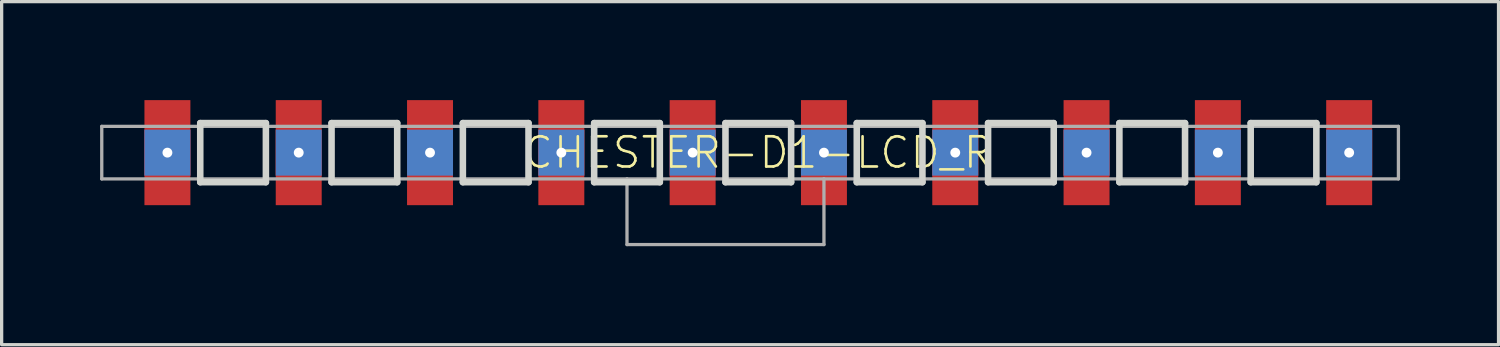
<source format=kicad_pcb>
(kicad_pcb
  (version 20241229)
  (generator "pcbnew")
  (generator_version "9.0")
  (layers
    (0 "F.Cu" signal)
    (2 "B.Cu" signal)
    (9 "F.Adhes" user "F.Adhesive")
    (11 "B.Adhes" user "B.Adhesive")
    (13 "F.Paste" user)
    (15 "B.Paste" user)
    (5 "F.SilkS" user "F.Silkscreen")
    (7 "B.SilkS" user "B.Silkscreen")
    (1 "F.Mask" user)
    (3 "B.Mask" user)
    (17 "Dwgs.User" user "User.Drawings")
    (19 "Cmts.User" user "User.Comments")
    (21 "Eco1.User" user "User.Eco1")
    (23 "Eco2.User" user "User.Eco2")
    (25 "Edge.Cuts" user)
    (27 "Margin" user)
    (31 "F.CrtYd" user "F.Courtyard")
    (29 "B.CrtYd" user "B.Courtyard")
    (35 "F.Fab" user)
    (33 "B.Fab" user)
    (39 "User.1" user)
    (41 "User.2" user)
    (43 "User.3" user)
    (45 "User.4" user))
  (footprint "CHESTER-D1-LCD_R"
    (layer "F.Cu")
    (at 20.05 1.6)
    (property "Reference" "CHESTER-D1-LCD_R" (at 0 0 0) (unlocked yes) (layer "F.SilkS") (effects (font (size 0.92 0.92) (thickness 0.08))))
    (fp_line (start -17 -0.9) (end -17 0.9) (stroke (width 0.2) (type solid)) (layer "Edge.Cuts"))
    (fp_line (start -17 -0.9) (end -15 -0.9) (stroke (width 0.2) (type solid)) (layer "Edge.Cuts"))
    (fp_line (start -17 0.9) (end -15 0.9) (stroke (width 0.2) (type solid)) (layer "Edge.Cuts"))
    (fp_line (start -15 0.9) (end -15 -0.9) (stroke (width 0.2) (type solid)) (layer "Edge.Cuts"))
    (fp_line (start -13 -0.9) (end -13 0.9) (stroke (width 0.2) (type solid)) (layer "Edge.Cuts"))
    (fp_line (start -13 -0.9) (end -11 -0.9) (stroke (width 0.2) (type solid)) (layer "Edge.Cuts"))
    (fp_line (start -13 0.9) (end -11 0.9) (stroke (width 0.2) (type solid)) (layer "Edge.Cuts"))
    (fp_line (start -11 0.9) (end -11 -0.9) (stroke (width 0.2) (type solid)) (layer "Edge.Cuts"))
    (fp_line (start -9 -0.9) (end -9 0.9) (stroke (width 0.2) (type solid)) (layer "Edge.Cuts"))
    (fp_line (start -9 -0.9) (end -7 -0.9) (stroke (width 0.2) (type solid)) (layer "Edge.Cuts"))
    (fp_line (start -9 0.9) (end -7 0.9) (stroke (width 0.2) (type solid)) (layer "Edge.Cuts"))
    (fp_line (start -7 0.9) (end -7 -0.9) (stroke (width 0.2) (type solid)) (layer "Edge.Cuts"))
    (fp_line (start -5 -0.9) (end -5 0.9) (stroke (width 0.2) (type solid)) (layer "Edge.Cuts"))
    (fp_line (start -5 -0.9) (end -3 -0.9) (stroke (width 0.2) (type solid)) (layer "Edge.Cuts"))
    (fp_line (start -5 0.9) (end -3 0.9) (stroke (width 0.2) (type solid)) (layer "Edge.Cuts"))
    (fp_line (start -3 0.9) (end -3 -0.9) (stroke (width 0.2) (type solid)) (layer "Edge.Cuts"))
    (fp_line (start -1 -0.9) (end -1 0.9) (stroke (width 0.2) (type solid)) (layer "Edge.Cuts"))
    (fp_line (start -1 -0.9) (end 1 -0.9) (stroke (width 0.2) (type solid)) (layer "Edge.Cuts"))
    (fp_line (start -1 0.9) (end 1 0.9) (stroke (width 0.2) (type solid)) (layer "Edge.Cuts"))
    (fp_line (start 1 0.9) (end 1 -0.9) (stroke (width 0.2) (type solid)) (layer "Edge.Cuts"))
    (fp_line (start 3 -0.9) (end 3 0.9) (stroke (width 0.2) (type solid)) (layer "Edge.Cuts"))
    (fp_line (start 3 -0.9) (end 5 -0.9) (stroke (width 0.2) (type solid)) (layer "Edge.Cuts"))
    (fp_line (start 3 0.9) (end 5 0.9) (stroke (width 0.2) (type solid)) (layer "Edge.Cuts"))
    (fp_line (start 5 0.9) (end 5 -0.9) (stroke (width 0.2) (type solid)) (layer "Edge.Cuts"))
    (fp_line (start 7 -0.9) (end 7 0.9) (stroke (width 0.2) (type solid)) (layer "Edge.Cuts"))
    (fp_line (start 7 -0.9) (end 9 -0.9) (stroke (width 0.2) (type solid)) (layer "Edge.Cuts"))
    (fp_line (start 7 0.9) (end 9 0.9) (stroke (width 0.2) (type solid)) (layer "Edge.Cuts"))
    (fp_line (start 9 0.9) (end 9 -0.9) (stroke (width 0.2) (type solid)) (layer "Edge.Cuts"))
    (fp_line (start 11 -0.9) (end 11 0.9) (stroke (width 0.2) (type solid)) (layer "Edge.Cuts"))
    (fp_line (start 11 -0.9) (end 13 -0.9) (stroke (width 0.2) (type solid)) (layer "Edge.Cuts"))
    (fp_line (start 11 0.9) (end 13 0.9) (stroke (width 0.2) (type solid)) (layer "Edge.Cuts"))
    (fp_line (start 13 0.9) (end 13 -0.9) (stroke (width 0.2) (type solid)) (layer "Edge.Cuts"))
    (fp_line (start 15 -0.9) (end 15 0.9) (stroke (width 0.2) (type solid)) (layer "Edge.Cuts"))
    (fp_line (start 15 -0.9) (end 17 -0.9) (stroke (width 0.2) (type solid)) (layer "Edge.Cuts"))
    (fp_line (start 15 0.9) (end 17 0.9) (stroke (width 0.2) (type solid)) (layer "Edge.Cuts"))
    (fp_line (start 17 0.9) (end 17 -0.9) (stroke (width 0.2) (type solid)) (layer "Edge.Cuts"))
    (fp_line (start -20 -0.8) (end -20 0.8) (stroke (width 0.1) (type solid)) (layer "F.Fab"))
    (fp_line (start -20 0.8) (end -4 0.8) (stroke (width 0.1) (type solid)) (layer "F.Fab"))
    (fp_line (start -4 0.8) (end -4 2.8) (stroke (width 0.1) (type solid)) (layer "F.Fab"))
    (fp_line (start -4 0.8) (end 2 0.8) (stroke (width 0.1) (type solid)) (layer "F.Fab"))
    (fp_line (start -4 2.8) (end 2 2.8) (stroke (width 0.1) (type solid)) (layer "F.Fab"))
    (fp_line (start 2 0.8) (end 19.5 0.8) (stroke (width 0.1) (type solid)) (layer "F.Fab"))
    (fp_line (start 2 2.8) (end 2 0.8) (stroke (width 0.1) (type solid)) (layer "F.Fab"))
    (fp_line (start 19.5 -0.8) (end -20 -0.8) (stroke (width 0.1) (type solid)) (layer "F.Fab"))
    (fp_line (start 19.5 0.8) (end 19.5 -0.8) (stroke (width 0.1) (type solid)) (layer "F.Fab"))
    (pad "1A" thru_hole rect (at -18 0 90) (size 1.4 1.4) (drill 0.3) (layers "*.Cu"))
    (pad "1B" smd rect (at -18 0 90) (size 3.2 1.4) (layers "F.Cu" "F.Mask"))
    (pad "2A" thru_hole rect (at -14 0 90) (size 1.4 1.4) (drill 0.3) (layers "*.Cu"))
    (pad "2B" smd rect (at -14 0 90) (size 3.2 1.4) (layers "F.Cu" "F.Mask"))
    (pad "3A" thru_hole rect (at -10 0 90) (size 1.4 1.4) (drill 0.3) (layers "*.Cu"))
    (pad "3B" smd rect (at -10 0 90) (size 3.2 1.4) (layers "F.Cu" "F.Mask"))
    (pad "4A" thru_hole rect (at -6 0 90) (size 1.4 1.4) (drill 0.3) (layers "*.Cu"))
    (pad "4B" smd rect (at -6 0 90) (size 3.2 1.4) (layers "F.Cu" "F.Mask"))
    (pad "5A" thru_hole rect (at -2 0 90) (size 1.4 1.4) (drill 0.3) (layers "*.Cu"))
    (pad "5B" smd rect (at -2 0 90) (size 3.2 1.4) (layers "F.Cu" "F.Mask"))
    (pad "6A" thru_hole rect (at 2 0 90) (size 1.4 1.4) (drill 0.3) (layers "*.Cu"))
    (pad "6B" smd rect (at 2 0 90) (size 3.2 1.4) (layers "F.Cu" "F.Mask"))
    (pad "7A" thru_hole rect (at 6 0 90) (size 1.4 1.4) (drill 0.3) (layers "*.Cu"))
    (pad "7B" smd rect (at 6 0 90) (size 3.2 1.4) (layers "F.Cu" "F.Mask"))
    (pad "8A" thru_hole rect (at 10 0 90) (size 1.4 1.4) (drill 0.3) (layers "*.Cu"))
    (pad "8B" smd rect (at 10 0 90) (size 3.2 1.4) (layers "F.Cu" "F.Mask"))
    (pad "9A" thru_hole rect (at 14 0 90) (size 1.4 1.4) (drill 0.3) (layers "*.Cu"))
    (pad "9B" smd rect (at 14 0 90) (size 3.2 1.4) (layers "F.Cu" "F.Mask"))
    (pad "10A" thru_hole rect (at 18 0 90) (size 1.4 1.4) (drill 0.3) (layers "*.Cu"))
    (pad "10B" smd rect (at 18 0 90) (size 3.2 1.4) (layers "F.Cu" "F.Mask")))
  (gr_rect
    (start -3 -3)
    (end 42.6 7.45)
    (stroke (width 0.1) (type default))
    (fill no)
    (layer "Edge.Cuts")))
</source>
